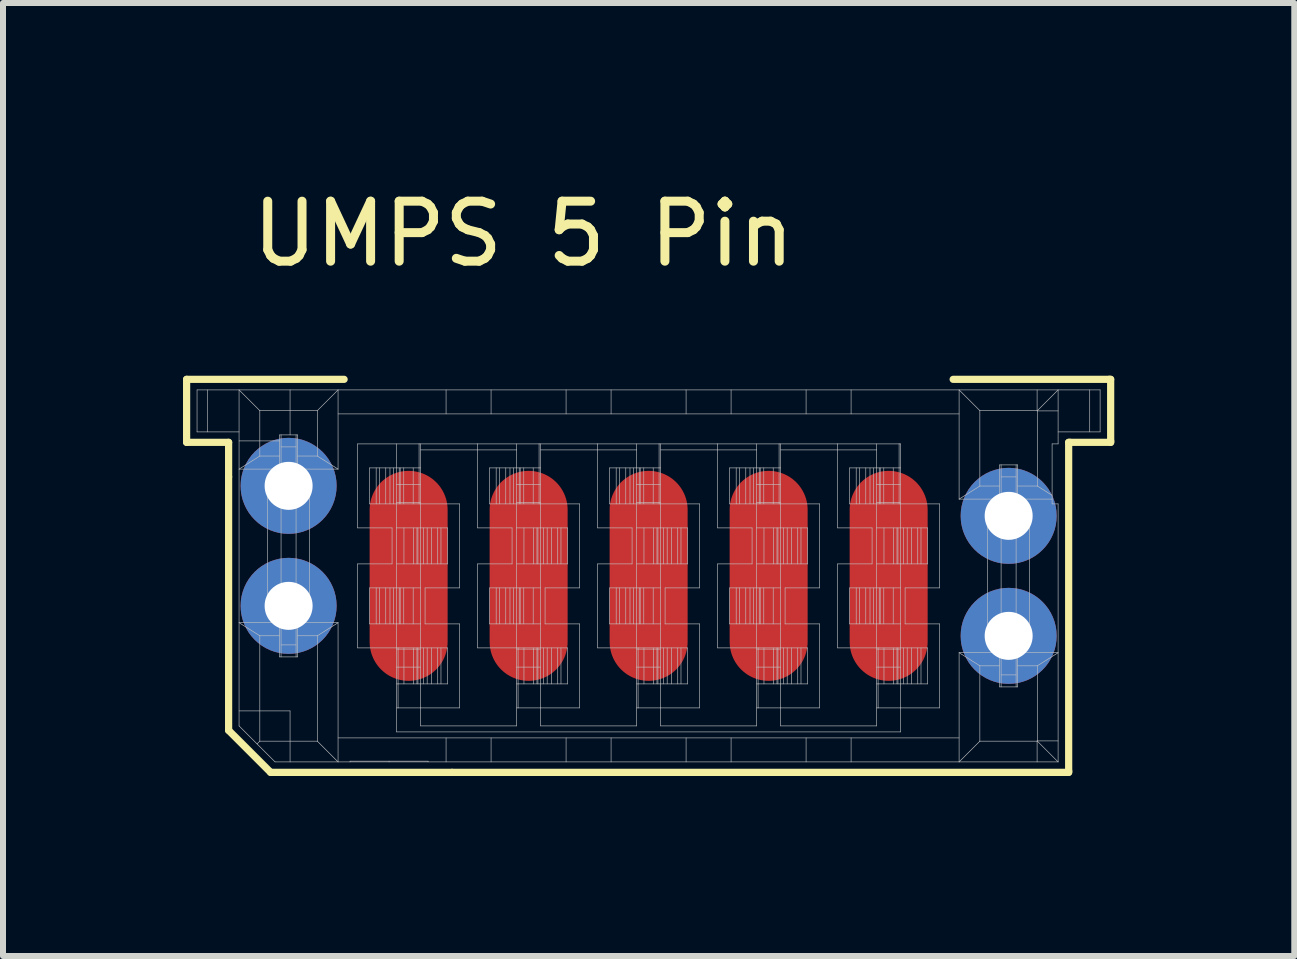
<source format=kicad_pcb>
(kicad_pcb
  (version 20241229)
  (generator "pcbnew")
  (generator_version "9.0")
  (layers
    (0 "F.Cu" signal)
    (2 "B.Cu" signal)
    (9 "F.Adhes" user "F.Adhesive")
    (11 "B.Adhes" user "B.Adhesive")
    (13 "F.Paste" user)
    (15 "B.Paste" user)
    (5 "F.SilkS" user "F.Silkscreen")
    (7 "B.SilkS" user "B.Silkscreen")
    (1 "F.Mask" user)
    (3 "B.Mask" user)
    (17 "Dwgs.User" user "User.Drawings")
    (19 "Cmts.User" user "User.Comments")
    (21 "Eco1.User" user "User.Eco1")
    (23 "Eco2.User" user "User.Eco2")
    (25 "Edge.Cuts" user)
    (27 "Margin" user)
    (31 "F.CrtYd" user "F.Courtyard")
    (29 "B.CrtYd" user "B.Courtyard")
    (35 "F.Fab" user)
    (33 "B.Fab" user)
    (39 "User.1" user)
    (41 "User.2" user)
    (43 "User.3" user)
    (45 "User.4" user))
  (footprint "UMPS 5 Pin"
    (layer "F.Cu")
    (at 7.774 6.548)
    (property "Reference" "UMPS 5 Pin" (at -2.1 -5.7 0) (layer "F.SilkS") (effects (font (size 1 1) (thickness 0.15))))
    (attr through_hole)
    (fp_line (start -7.714 -3.276) (end -5.089 -3.276) (stroke (width 0.12) (type solid)) (layer "F.SilkS"))
    (fp_line (start -7.714 -2.226) (end -7.714 -3.276) (stroke (width 0.12) (type solid)) (layer "F.SilkS"))
    (fp_line (start -7.014 -2.226) (end -7.714 -2.226) (stroke (width 0.12) (type solid)) (layer "F.SilkS"))
    (fp_line (start -7.014 -1.651) (end -7.014 -2.226) (stroke (width 0.12) (type solid)) (layer "F.SilkS"))
    (fp_line (start -7.014 -1.651) (end -7.014 2.574) (stroke (width 0.12) (type solid)) (layer "F.SilkS"))
    (fp_line (start -7.014 2.574) (end -6.314 3.274) (stroke (width 0.12) (type solid)) (layer "F.SilkS"))
    (fp_line (start -6.314 3.274) (end -3.289 3.274) (stroke (width 0.12) (type solid)) (layer "F.SilkS"))
    (fp_line (start 6.986 -2.226) (end 6.986 3.249) (stroke (width 0.12) (type solid)) (layer "F.SilkS"))
    (fp_line (start 6.986 3.249) (end 6.986 3.274) (stroke (width 0.12) (type solid)) (layer "F.SilkS"))
    (fp_line (start 6.986 3.274) (end -3.289 3.274) (stroke (width 0.12) (type solid)) (layer "F.SilkS"))
    (fp_line (start 7.011 -2.226) (end 6.986 -2.226) (stroke (width 0.12) (type solid)) (layer "F.SilkS"))
    (fp_line (start 7.661 -3.276) (end 5.061 -3.276) (stroke (width 0.12) (type solid)) (layer "F.SilkS"))
    (fp_line (start 7.661 -3.276) (end 7.686 -3.276) (stroke (width 0.12) (type solid)) (layer "F.SilkS"))
    (fp_line (start 7.686 -3.276) (end 7.686 -2.251) (stroke (width 0.12) (type solid)) (layer "F.SilkS"))
    (fp_line (start 7.686 -2.251) (end 7.686 -2.226) (stroke (width 0.12) (type solid)) (layer "F.SilkS"))
    (fp_line (start 7.686 -2.226) (end 7.011 -2.226) (stroke (width 0.12) (type solid)) (layer "F.SilkS"))
    (fp_line (start -7.54 -3.1) (end -7.54 -2.4) (stroke (width 0.01) (type solid)) (layer "Dwgs.User"))
    (fp_line (start -7.54 -3.1) (end 7.51 -3.1) (stroke (width 0.01) (type solid)) (layer "Dwgs.User"))
    (fp_line (start -7.54 -2.4) (end -6.84 -2.4) (stroke (width 0.01) (type solid)) (layer "Dwgs.User"))
    (fp_line (start -7.367 -2.4) (end -7.367 -3.1) (stroke (width 0.01) (type solid)) (layer "Dwgs.User"))
    (fp_line (start -6.84 -3.1) (end -6.84 2.5) (stroke (width 0.01) (type solid)) (layer "Dwgs.User"))
    (fp_line (start -6.84 -3.1) (end -6.494 -2.754) (stroke (width 0.01) (type solid)) (layer "Dwgs.User"))
    (fp_line (start -6.84 -1.78) (end -6.165 -1.78) (stroke (width 0.01) (type solid)) (layer "Dwgs.User"))
    (fp_line (start -6.84 0.78) (end -6.494 0.998) (stroke (width 0.01) (type solid)) (layer "Dwgs.User"))
    (fp_line (start -6.84 0.78) (end -6.165 0.78) (stroke (width 0.01) (type solid)) (layer "Dwgs.User"))
    (fp_line (start -6.84 2.25) (end -5.99 2.25) (stroke (width 0.01) (type solid)) (layer "Dwgs.User"))
    (fp_line (start -6.84 2.5) (end -6.24 3.1) (stroke (width 0.01) (type solid)) (layer "Dwgs.User"))
    (fp_line (start -6.494 -2.754) (end -5.536 -2.754) (stroke (width 0.01) (type solid)) (layer "Dwgs.User"))
    (fp_line (start -6.494 -1.998) (end -6.84 -1.78) (stroke (width 0.01) (type solid)) (layer "Dwgs.User"))
    (fp_line (start -6.494 -1.998) (end -6.494 -2.754) (stroke (width 0.01) (type solid)) (layer "Dwgs.User"))
    (fp_line (start -6.494 -1.998) (end -6.165 -1.998) (stroke (width 0.01) (type solid)) (layer "Dwgs.User"))
    (fp_line (start -6.494 0.998) (end -6.165 0.998) (stroke (width 0.01) (type solid)) (layer "Dwgs.User"))
    (fp_line (start -6.494 2.754) (end -6.54 2.8) (stroke (width 0.01) (type solid)) (layer "Dwgs.User"))
    (fp_line (start -6.494 2.754) (end -6.494 0.998) (stroke (width 0.01) (type solid)) (layer "Dwgs.User"))
    (fp_line (start -6.494 2.754) (end -5.536 2.754) (stroke (width 0.01) (type solid)) (layer "Dwgs.User"))
    (fp_line (start -6.365 -1.5) (end -6.165 -1.5) (stroke (width 0.01) (type solid)) (layer "Dwgs.User"))
    (fp_line (start -6.365 0.5) (end -6.365 -1.5) (stroke (width 0.01) (type solid)) (layer "Dwgs.User"))
    (fp_line (start -6.165 -2.35) (end -6.165 -1.5) (stroke (width 0.01) (type solid)) (layer "Dwgs.User"))
    (fp_line (start -6.165 -2.25) (end -6.84 -2.25) (stroke (width 0.01) (type solid)) (layer "Dwgs.User"))
    (fp_line (start -6.165 0.5) (end -6.365 0.5) (stroke (width 0.01) (type solid)) (layer "Dwgs.User"))
    (fp_line (start -6.165 0.5) (end -6.165 1.35) (stroke (width 0.01) (type solid)) (layer "Dwgs.User"))
    (fp_line (start -6.165 1.35) (end -5.865 1.35) (stroke (width 0.01) (type solid)) (layer "Dwgs.User"))
    (fp_line (start -6.14 -2.35) (end -6.14 1.35) (stroke (width 0.01) (type solid)) (layer "Dwgs.User"))
    (fp_line (start -6.14 -1.756) (end -5.89 -1.756) (stroke (width 0.01) (type solid)) (layer "Dwgs.User"))
    (fp_line (start -6.14 0.243) (end -5.89 0.243) (stroke (width 0.01) (type solid)) (layer "Dwgs.User"))
    (fp_line (start -5.99 2.25) (end -5.99 3.1) (stroke (width 0.01) (type solid)) (layer "Dwgs.User"))
    (fp_line (start -5.99 -3.1) (end -5.99 -2.35) (stroke (width 0.01) (type solid)) (layer "Dwgs.User"))
    (fp_line (start -5.89 -2.35) (end -5.89 1.35) (stroke (width 0.01) (type solid)) (layer "Dwgs.User"))
    (fp_line (start -5.89 -2.15) (end -6.14 -2.15) (stroke (width 0.01) (type solid)) (layer "Dwgs.User"))
    (fp_line (start -5.89 -1.82) (end -6.14 -1.82) (stroke (width 0.01) (type solid)) (layer "Dwgs.User"))
    (fp_line (start -5.89 -1.57) (end -6.14 -1.57) (stroke (width 0.01) (type solid)) (layer "Dwgs.User"))
    (fp_line (start -5.89 -1.43) (end -6.14 -1.43) (stroke (width 0.01) (type solid)) (layer "Dwgs.User"))
    (fp_line (start -5.89 -1.35) (end -6.14 -1.35) (stroke (width 0.01) (type solid)) (layer "Dwgs.User"))
    (fp_line (start -5.89 -1.244) (end -6.14 -1.244) (stroke (width 0.01) (type solid)) (layer "Dwgs.User"))
    (fp_line (start -5.89 -1.18) (end -6.14 -1.18) (stroke (width 0.01) (type solid)) (layer "Dwgs.User"))
    (fp_line (start -5.89 0.18) (end -6.14 0.18) (stroke (width 0.01) (type solid)) (layer "Dwgs.User"))
    (fp_line (start -5.89 0.35) (end -6.14 0.35) (stroke (width 0.01) (type solid)) (layer "Dwgs.User"))
    (fp_line (start -5.89 0.43) (end -6.14 0.43) (stroke (width 0.01) (type solid)) (layer "Dwgs.User"))
    (fp_line (start -5.89 0.57) (end -6.14 0.57) (stroke (width 0.01) (type solid)) (layer "Dwgs.User"))
    (fp_line (start -5.89 0.756) (end -6.14 0.756) (stroke (width 0.01) (type solid)) (layer "Dwgs.User"))
    (fp_line (start -5.89 0.82) (end -6.14 0.82) (stroke (width 0.01) (type solid)) (layer "Dwgs.User"))
    (fp_line (start -5.89 1.15) (end -6.14 1.15) (stroke (width 0.01) (type solid)) (layer "Dwgs.User"))
    (fp_line (start -5.865 -2.35) (end -6.165 -2.35) (stroke (width 0.01) (type solid)) (layer "Dwgs.User"))
    (fp_line (start -5.865 -1.998) (end -5.536 -1.998) (stroke (width 0.01) (type solid)) (layer "Dwgs.User"))
    (fp_line (start -5.865 -1.78) (end -5.19 -1.78) (stroke (width 0.01) (type solid)) (layer "Dwgs.User"))
    (fp_line (start -5.865 -1.5) (end -5.865 -2.35) (stroke (width 0.01) (type solid)) (layer "Dwgs.User"))
    (fp_line (start -5.865 -1.5) (end -5.665 -1.5) (stroke (width 0.01) (type solid)) (layer "Dwgs.User"))
    (fp_line (start -5.865 0.78) (end -5.19 0.78) (stroke (width 0.01) (type solid)) (layer "Dwgs.User"))
    (fp_line (start -5.865 0.998) (end -5.536 0.998) (stroke (width 0.01) (type solid)) (layer "Dwgs.User"))
    (fp_line (start -5.865 1.35) (end -5.865 0.5) (stroke (width 0.01) (type solid)) (layer "Dwgs.User"))
    (fp_line (start -5.665 -1.5) (end -5.665 0.5) (stroke (width 0.01) (type solid)) (layer "Dwgs.User"))
    (fp_line (start -5.665 0.5) (end -5.865 0.5) (stroke (width 0.01) (type solid)) (layer "Dwgs.User"))
    (fp_line (start -5.536 -2.754) (end -5.19 -3.1) (stroke (width 0.01) (type solid)) (layer "Dwgs.User"))
    (fp_line (start -5.536 -1.998) (end -5.536 -2.754) (stroke (width 0.01) (type solid)) (layer "Dwgs.User"))
    (fp_line (start -5.536 0.998) (end -5.19 0.78) (stroke (width 0.01) (type solid)) (layer "Dwgs.User"))
    (fp_line (start -5.536 2.754) (end -5.536 0.998) (stroke (width 0.01) (type solid)) (layer "Dwgs.User"))
    (fp_line (start -5.19 -1.78) (end -5.536 -1.998) (stroke (width 0.01) (type solid)) (layer "Dwgs.User"))
    (fp_line (start -5.19 -1.78) (end -5.19 -3.1) (stroke (width 0.01) (type solid)) (layer "Dwgs.User"))
    (fp_line (start -5.19 2.7) (end 5.16 2.7) (stroke (width 0.01) (type solid)) (layer "Dwgs.User"))
    (fp_line (start -5.19 3.1) (end -5.536 2.754) (stroke (width 0.01) (type solid)) (layer "Dwgs.User"))
    (fp_line (start -5.19 3.1) (end -5.19 0.78) (stroke (width 0.01) (type solid)) (layer "Dwgs.User"))
    (fp_line (start -4.99 3.087) (end -4.99 3.1) (stroke (width 0.01) (type solid)) (layer "Dwgs.User"))
    (fp_line (start -4.865 -2.2) (end -4.865 -0.8) (stroke (width 0.01) (type solid)) (layer "Dwgs.User"))
    (fp_line (start -4.865 -0.8) (end -4.29 -0.8) (stroke (width 0.01) (type solid)) (layer "Dwgs.User"))
    (fp_line (start -4.865 -0.2) (end -4.865 1.2) (stroke (width 0.01) (type solid)) (layer "Dwgs.User"))
    (fp_line (start -4.865 1.2) (end -4.19 1.2) (stroke (width 0.01) (type solid)) (layer "Dwgs.User"))
    (fp_line (start -4.665 -1.8) (end -3.84 -1.8) (stroke (width 0.01) (type solid)) (layer "Dwgs.User"))
    (fp_line (start -4.665 -1.2) (end -4.665 -1.8) (stroke (width 0.01) (type solid)) (layer "Dwgs.User"))
    (fp_line (start -4.665 0.2) (end -3.815 0.2) (stroke (width 0.01) (type solid)) (layer "Dwgs.User"))
    (fp_line (start -4.665 0.8) (end -4.665 0.2) (stroke (width 0.01) (type solid)) (layer "Dwgs.User"))
    (fp_line (start -4.555 -1.2) (end -4.555 -1.8) (stroke (width 0.01) (type solid)) (layer "Dwgs.User"))
    (fp_line (start -4.555 0.8) (end -4.555 0.2) (stroke (width 0.01) (type solid)) (layer "Dwgs.User"))
    (fp_line (start -4.501 -1.2) (end -4.501 -1.8) (stroke (width 0.01) (type solid)) (layer "Dwgs.User"))
    (fp_line (start -4.501 0.8) (end -4.501 0.2) (stroke (width 0.01) (type solid)) (layer "Dwgs.User"))
    (fp_line (start -4.395 -1.2) (end -4.395 -1.8) (stroke (width 0.01) (type solid)) (layer "Dwgs.User"))
    (fp_line (start -4.395 0.8) (end -4.395 0.2) (stroke (width 0.01) (type solid)) (layer "Dwgs.User"))
    (fp_line (start -4.34 3.087) (end -4.34 3.1) (stroke (width 0.01) (type solid)) (layer "Dwgs.User"))
    (fp_line (start -4.325 -1.2) (end -4.325 -1.8) (stroke (width 0.01) (type solid)) (layer "Dwgs.User"))
    (fp_line (start -4.325 0.8) (end -4.325 0.2) (stroke (width 0.01) (type solid)) (layer "Dwgs.User"))
    (fp_line (start -4.29 -0.8) (end -4.29 -0.2) (stroke (width 0.01) (type solid)) (layer "Dwgs.User"))
    (fp_line (start -4.29 -0.2) (end -4.865 -0.2) (stroke (width 0.01) (type solid)) (layer "Dwgs.User"))
    (fp_line (start -4.265 -1.2) (end -4.265 -1.8) (stroke (width 0.01) (type solid)) (layer "Dwgs.User"))
    (fp_line (start -4.265 0.8) (end -4.265 0.2) (stroke (width 0.01) (type solid)) (layer "Dwgs.User"))
    (fp_line (start -4.215 -2.2) (end -4.215 -1.8) (stroke (width 0.01) (type solid)) (layer "Dwgs.User"))
    (fp_line (start -4.215 -1.2) (end -4.215 -1.8) (stroke (width 0.01) (type solid)) (layer "Dwgs.User"))
    (fp_line (start -4.215 -1.2) (end -4.215 -0.8) (stroke (width 0.01) (type solid)) (layer "Dwgs.User"))
    (fp_line (start -4.215 -0.8) (end -4.215 0.2) (stroke (width 0.01) (type solid)) (layer "Dwgs.User"))
    (fp_line (start -4.215 0.8) (end -4.215 0.2) (stroke (width 0.01) (type solid)) (layer "Dwgs.User"))
    (fp_line (start -4.215 0.8) (end -4.215 1.2) (stroke (width 0.01) (type solid)) (layer "Dwgs.User"))
    (fp_line (start -4.215 1.2) (end -4.215 2.6) (stroke (width 0.01) (type solid)) (layer "Dwgs.User"))
    (fp_line (start -4.19 1.2) (end -4.19 2.2) (stroke (width 0.01) (type solid)) (layer "Dwgs.User"))
    (fp_line (start -4.19 1.2) (end -3.365 1.2) (stroke (width 0.01) (type solid)) (layer "Dwgs.User"))
    (fp_line (start -4.19 1.8) (end -4.215 1.8) (stroke (width 0.01) (type solid)) (layer "Dwgs.User"))
    (fp_line (start -4.19 2.2) (end -4.215 2.2) (stroke (width 0.01) (type solid)) (layer "Dwgs.User"))
    (fp_line (start -4.19 2.2) (end -3.165 2.2) (stroke (width 0.01) (type solid)) (layer "Dwgs.User"))
    (fp_line (start -4.171 -1.2) (end -4.171 -1.8) (stroke (width 0.01) (type solid)) (layer "Dwgs.User"))
    (fp_line (start -4.171 0.8) (end -4.171 0.2) (stroke (width 0.01) (type solid)) (layer "Dwgs.User"))
    (fp_line (start -4.155 -1.2) (end -4.155 -1.8) (stroke (width 0.01) (type solid)) (layer "Dwgs.User"))
    (fp_line (start -4.155 0.8) (end -4.155 0.2) (stroke (width 0.01) (type solid)) (layer "Dwgs.User"))
    (fp_line (start -4.095 -1.2) (end -4.095 -1.8) (stroke (width 0.01) (type solid)) (layer "Dwgs.User"))
    (fp_line (start -4.095 0.8) (end -4.095 0.2) (stroke (width 0.01) (type solid)) (layer "Dwgs.User"))
    (fp_line (start -4.092 -0.2) (end -4.092 -0.8) (stroke (width 0.01) (type solid)) (layer "Dwgs.User"))
    (fp_line (start -4.092 1.8) (end -4.092 1.2) (stroke (width 0.01) (type solid)) (layer "Dwgs.User"))
    (fp_line (start -3.938 -1.2) (end -3.938 -1.8) (stroke (width 0.01) (type solid)) (layer "Dwgs.User"))
    (fp_line (start -3.938 0.8) (end -3.938 0.2) (stroke (width 0.01) (type solid)) (layer "Dwgs.User"))
    (fp_line (start -3.935 -0.8) (end -3.935 -0.2) (stroke (width 0.01) (type solid)) (layer "Dwgs.User"))
    (fp_line (start -3.935 1.2) (end -3.935 1.8) (stroke (width 0.01) (type solid)) (layer "Dwgs.User"))
    (fp_line (start -3.875 -0.2) (end -3.875 -0.8) (stroke (width 0.01) (type solid)) (layer "Dwgs.User"))
    (fp_line (start -3.875 1.8) (end -3.875 1.2) (stroke (width 0.01) (type solid)) (layer "Dwgs.User"))
    (fp_line (start -3.859 -0.2) (end -3.859 -0.8) (stroke (width 0.01) (type solid)) (layer "Dwgs.User"))
    (fp_line (start -3.859 1.8) (end -3.859 1.2) (stroke (width 0.01) (type solid)) (layer "Dwgs.User"))
    (fp_line (start -3.84 -2.2) (end -4.865 -2.2) (stroke (width 0.01) (type solid)) (layer "Dwgs.User"))
    (fp_line (start -3.84 -1.8) (end -3.815 -1.8) (stroke (width 0.01) (type solid)) (layer "Dwgs.User"))
    (fp_line (start -3.84 -1.2) (end -4.665 -1.2) (stroke (width 0.01) (type solid)) (layer "Dwgs.User"))
    (fp_line (start -3.84 -1.2) (end -3.84 -2.2) (stroke (width 0.01) (type solid)) (layer "Dwgs.User"))
    (fp_line (start -3.815 -1.2) (end -3.815 -2.2) (stroke (width 0.01) (type solid)) (layer "Dwgs.User"))
    (fp_line (start -3.815 -0.8) (end -3.815 -1.2) (stroke (width 0.01) (type solid)) (layer "Dwgs.User"))
    (fp_line (start -3.815 -0.2) (end -3.815 -0.8) (stroke (width 0.01) (type solid)) (layer "Dwgs.User"))
    (fp_line (start -3.815 0.8) (end -4.665 0.8) (stroke (width 0.01) (type solid)) (layer "Dwgs.User"))
    (fp_line (start -3.815 0.8) (end -3.815 0.2) (stroke (width 0.01) (type solid)) (layer "Dwgs.User"))
    (fp_line (start -3.815 1.8) (end -3.815 1.2) (stroke (width 0.01) (type solid)) (layer "Dwgs.User"))
    (fp_line (start -3.815 2.2) (end -3.815 1.8) (stroke (width 0.01) (type solid)) (layer "Dwgs.User"))
    (fp_line (start -3.815 2.5) (end -3.815 2.2) (stroke (width 0.01) (type solid)) (layer "Dwgs.User"))
    (fp_line (start -3.815 -1.52) (end -4.215 -1.52) (stroke (width 0.01) (type solid)) (layer "Dwgs.User"))
    (fp_line (start -3.815 -1.22) (end -4.215 -1.22) (stroke (width 0.01) (type solid)) (layer "Dwgs.User"))
    (fp_line (start -3.815 0.2) (end -3.815 -0.2) (stroke (width 0.01) (type solid)) (layer "Dwgs.User"))
    (fp_line (start -3.815 1.2) (end -3.815 0.8) (stroke (width 0.01) (type solid)) (layer "Dwgs.User"))
    (fp_line (start -3.815 1.22) (end -4.215 1.22) (stroke (width 0.01) (type solid)) (layer "Dwgs.User"))
    (fp_line (start -3.815 1.52) (end -4.215 1.52) (stroke (width 0.01) (type solid)) (layer "Dwgs.User"))
    (fp_line (start -3.765 -0.2) (end -3.765 -0.8) (stroke (width 0.01) (type solid)) (layer "Dwgs.User"))
    (fp_line (start -3.765 1.8) (end -3.765 1.2) (stroke (width 0.01) (type solid)) (layer "Dwgs.User"))
    (fp_line (start -3.74 0.2) (end -3.165 0.2) (stroke (width 0.01) (type solid)) (layer "Dwgs.User"))
    (fp_line (start -3.74 0.8) (end -3.74 0.2) (stroke (width 0.01) (type solid)) (layer "Dwgs.User"))
    (fp_line (start -3.705 -0.2) (end -3.705 -0.8) (stroke (width 0.01) (type solid)) (layer "Dwgs.User"))
    (fp_line (start -3.705 1.8) (end -3.705 1.2) (stroke (width 0.01) (type solid)) (layer "Dwgs.User"))
    (fp_line (start -3.69 3.087) (end -4.99 3.087) (stroke (width 0.01) (type solid)) (layer "Dwgs.User"))
    (fp_line (start -3.69 3.1) (end -3.69 3.087) (stroke (width 0.01) (type solid)) (layer "Dwgs.User"))
    (fp_line (start -3.635 -0.2) (end -3.635 -0.8) (stroke (width 0.01) (type solid)) (layer "Dwgs.User"))
    (fp_line (start -3.635 1.8) (end -3.635 1.2) (stroke (width 0.01) (type solid)) (layer "Dwgs.User"))
    (fp_line (start -3.529 -0.2) (end -3.529 -0.8) (stroke (width 0.01) (type solid)) (layer "Dwgs.User"))
    (fp_line (start -3.529 1.8) (end -3.529 1.2) (stroke (width 0.01) (type solid)) (layer "Dwgs.User"))
    (fp_line (start -3.475 -0.2) (end -3.475 -0.8) (stroke (width 0.01) (type solid)) (layer "Dwgs.User"))
    (fp_line (start -3.475 1.8) (end -3.475 1.2) (stroke (width 0.01) (type solid)) (layer "Dwgs.User"))
    (fp_line (start -3.39 -2.7) (end -3.39 -3.1) (stroke (width 0.01) (type solid)) (layer "Dwgs.User"))
    (fp_line (start -3.39 3.1) (end -3.39 2.7) (stroke (width 0.01) (type solid)) (layer "Dwgs.User"))
    (fp_line (start -3.365 -0.8) (end -4.215 -0.8) (stroke (width 0.01) (type solid)) (layer "Dwgs.User"))
    (fp_line (start -3.365 -0.2) (end -4.215 -0.2) (stroke (width 0.01) (type solid)) (layer "Dwgs.User"))
    (fp_line (start -3.365 -0.2) (end -3.365 -0.8) (stroke (width 0.01) (type solid)) (layer "Dwgs.User"))
    (fp_line (start -3.365 1.8) (end -4.19 1.8) (stroke (width 0.01) (type solid)) (layer "Dwgs.User"))
    (fp_line (start -3.365 1.8) (end -3.365 1.2) (stroke (width 0.01) (type solid)) (layer "Dwgs.User"))
    (fp_line (start -3.165 -1.2) (end -3.84 -1.2) (stroke (width 0.01) (type solid)) (layer "Dwgs.User"))
    (fp_line (start -3.165 0.2) (end -3.165 -1.2) (stroke (width 0.01) (type solid)) (layer "Dwgs.User"))
    (fp_line (start -3.165 0.8) (end -3.74 0.8) (stroke (width 0.01) (type solid)) (layer "Dwgs.User"))
    (fp_line (start -3.165 2.2) (end -3.165 0.8) (stroke (width 0.01) (type solid)) (layer "Dwgs.User"))
    (fp_line (start -2.865 -2.2) (end -3.84 -2.2) (stroke (width 0.01) (type solid)) (layer "Dwgs.User"))
    (fp_line (start -2.865 -2.2) (end -2.865 -0.8) (stroke (width 0.01) (type solid)) (layer "Dwgs.User"))
    (fp_line (start -2.865 -2.1) (end -3.815 -2.1) (stroke (width 0.01) (type solid)) (layer "Dwgs.User"))
    (fp_line (start -2.865 -0.8) (end -2.29 -0.8) (stroke (width 0.01) (type solid)) (layer "Dwgs.User"))
    (fp_line (start -2.865 -0.2) (end -2.865 1.2) (stroke (width 0.01) (type solid)) (layer "Dwgs.User"))
    (fp_line (start -2.865 1.2) (end -2.19 1.2) (stroke (width 0.01) (type solid)) (layer "Dwgs.User"))
    (fp_line (start -2.665 -1.8) (end -1.84 -1.8) (stroke (width 0.01) (type solid)) (layer "Dwgs.User"))
    (fp_line (start -2.665 -1.2) (end -2.665 -1.8) (stroke (width 0.01) (type solid)) (layer "Dwgs.User"))
    (fp_line (start -2.665 0.2) (end -1.815 0.2) (stroke (width 0.01) (type solid)) (layer "Dwgs.User"))
    (fp_line (start -2.665 0.8) (end -2.665 0.2) (stroke (width 0.01) (type solid)) (layer "Dwgs.User"))
    (fp_line (start -2.64 -3.1) (end -2.64 -2.7) (stroke (width 0.01) (type solid)) (layer "Dwgs.User"))
    (fp_line (start -2.64 2.7) (end -2.64 3.1) (stroke (width 0.01) (type solid)) (layer "Dwgs.User"))
    (fp_line (start -2.555 -1.2) (end -2.555 -1.8) (stroke (width 0.01) (type solid)) (layer "Dwgs.User"))
    (fp_line (start -2.555 0.8) (end -2.555 0.2) (stroke (width 0.01) (type solid)) (layer "Dwgs.User"))
    (fp_line (start -2.501 -1.2) (end -2.501 -1.8) (stroke (width 0.01) (type solid)) (layer "Dwgs.User"))
    (fp_line (start -2.501 0.8) (end -2.501 0.2) (stroke (width 0.01) (type solid)) (layer "Dwgs.User"))
    (fp_line (start -2.395 -1.2) (end -2.395 -1.8) (stroke (width 0.01) (type solid)) (layer "Dwgs.User"))
    (fp_line (start -2.395 0.8) (end -2.395 0.2) (stroke (width 0.01) (type solid)) (layer "Dwgs.User"))
    (fp_line (start -2.325 -1.2) (end -2.325 -1.8) (stroke (width 0.01) (type solid)) (layer "Dwgs.User"))
    (fp_line (start -2.325 0.8) (end -2.325 0.2) (stroke (width 0.01) (type solid)) (layer "Dwgs.User"))
    (fp_line (start -2.29 -0.8) (end -2.29 -0.2) (stroke (width 0.01) (type solid)) (layer "Dwgs.User"))
    (fp_line (start -2.29 -0.2) (end -2.865 -0.2) (stroke (width 0.01) (type solid)) (layer "Dwgs.User"))
    (fp_line (start -2.265 -1.2) (end -2.265 -1.8) (stroke (width 0.01) (type solid)) (layer "Dwgs.User"))
    (fp_line (start -2.265 0.8) (end -2.265 0.2) (stroke (width 0.01) (type solid)) (layer "Dwgs.User"))
    (fp_line (start -2.215 -2.2) (end -2.215 -2.1) (stroke (width 0.01) (type solid)) (layer "Dwgs.User"))
    (fp_line (start -2.215 -2.1) (end -2.865 -2.1) (stroke (width 0.01) (type solid)) (layer "Dwgs.User"))
    (fp_line (start -2.215 -2.1) (end -2.215 -1.8) (stroke (width 0.01) (type solid)) (layer "Dwgs.User"))
    (fp_line (start -2.215 -1.2) (end -2.215 -1.8) (stroke (width 0.01) (type solid)) (layer "Dwgs.User"))
    (fp_line (start -2.215 -1.2) (end -2.215 -0.8) (stroke (width 0.01) (type solid)) (layer "Dwgs.User"))
    (fp_line (start -2.215 -0.8) (end -2.215 0.2) (stroke (width 0.01) (type solid)) (layer "Dwgs.User"))
    (fp_line (start -2.215 0.8) (end -2.215 0.2) (stroke (width 0.01) (type solid)) (layer "Dwgs.User"))
    (fp_line (start -2.215 0.8) (end -2.215 1.2) (stroke (width 0.01) (type solid)) (layer "Dwgs.User"))
    (fp_line (start -2.215 1.2) (end -2.215 2.5) (stroke (width 0.01) (type solid)) (layer "Dwgs.User"))
    (fp_line (start -2.215 2.5) (end -3.815 2.5) (stroke (width 0.01) (type solid)) (layer "Dwgs.User"))
    (fp_line (start -2.19 1.2) (end -2.19 2.2) (stroke (width 0.01) (type solid)) (layer "Dwgs.User"))
    (fp_line (start -2.19 1.2) (end -1.365 1.2) (stroke (width 0.01) (type solid)) (layer "Dwgs.User"))
    (fp_line (start -2.19 1.8) (end -2.215 1.8) (stroke (width 0.01) (type solid)) (layer "Dwgs.User"))
    (fp_line (start -2.19 2.2) (end -2.215 2.2) (stroke (width 0.01) (type solid)) (layer "Dwgs.User"))
    (fp_line (start -2.19 2.2) (end -1.165 2.2) (stroke (width 0.01) (type solid)) (layer "Dwgs.User"))
    (fp_line (start -2.171 -1.2) (end -2.171 -1.8) (stroke (width 0.01) (type solid)) (layer "Dwgs.User"))
    (fp_line (start -2.171 0.8) (end -2.171 0.2) (stroke (width 0.01) (type solid)) (layer "Dwgs.User"))
    (fp_line (start -2.155 -1.2) (end -2.155 -1.8) (stroke (width 0.01) (type solid)) (layer "Dwgs.User"))
    (fp_line (start -2.155 0.8) (end -2.155 0.2) (stroke (width 0.01) (type solid)) (layer "Dwgs.User"))
    (fp_line (start -2.095 -1.2) (end -2.095 -1.8) (stroke (width 0.01) (type solid)) (layer "Dwgs.User"))
    (fp_line (start -2.095 0.8) (end -2.095 0.2) (stroke (width 0.01) (type solid)) (layer "Dwgs.User"))
    (fp_line (start -2.092 -0.2) (end -2.092 -0.8) (stroke (width 0.01) (type solid)) (layer "Dwgs.User"))
    (fp_line (start -2.092 1.8) (end -2.092 1.2) (stroke (width 0.01) (type solid)) (layer "Dwgs.User"))
    (fp_line (start -1.938 -1.2) (end -1.938 -1.8) (stroke (width 0.01) (type solid)) (layer "Dwgs.User"))
    (fp_line (start -1.938 0.8) (end -1.938 0.2) (stroke (width 0.01) (type solid)) (layer "Dwgs.User"))
    (fp_line (start -1.935 -0.8) (end -1.935 -0.2) (stroke (width 0.01) (type solid)) (layer "Dwgs.User"))
    (fp_line (start -1.935 1.2) (end -1.935 1.8) (stroke (width 0.01) (type solid)) (layer "Dwgs.User"))
    (fp_line (start -1.875 -0.2) (end -1.875 -0.8) (stroke (width 0.01) (type solid)) (layer "Dwgs.User"))
    (fp_line (start -1.875 1.8) (end -1.875 1.2) (stroke (width 0.01) (type solid)) (layer "Dwgs.User"))
    (fp_line (start -1.859 -0.2) (end -1.859 -0.8) (stroke (width 0.01) (type solid)) (layer "Dwgs.User"))
    (fp_line (start -1.859 1.8) (end -1.859 1.2) (stroke (width 0.01) (type solid)) (layer "Dwgs.User"))
    (fp_line (start -1.84 -2.2) (end -2.865 -2.2) (stroke (width 0.01) (type solid)) (layer "Dwgs.User"))
    (fp_line (start -1.84 -1.8) (end -1.815 -1.8) (stroke (width 0.01) (type solid)) (layer "Dwgs.User"))
    (fp_line (start -1.84 -1.2) (end -2.665 -1.2) (stroke (width 0.01) (type solid)) (layer "Dwgs.User"))
    (fp_line (start -1.84 -1.2) (end -1.84 -2.2) (stroke (width 0.01) (type solid)) (layer "Dwgs.User"))
    (fp_line (start -1.815 -1.52) (end -2.215 -1.52) (stroke (width 0.01) (type solid)) (layer "Dwgs.User"))
    (fp_line (start -1.815 -1.22) (end -2.215 -1.22) (stroke (width 0.01) (type solid)) (layer "Dwgs.User"))
    (fp_line (start -1.815 -1.2) (end -1.815 -2.2) (stroke (width 0.01) (type solid)) (layer "Dwgs.User"))
    (fp_line (start -1.815 -0.8) (end -1.815 -1.2) (stroke (width 0.01) (type solid)) (layer "Dwgs.User"))
    (fp_line (start -1.815 -0.2) (end -1.815 -0.8) (stroke (width 0.01) (type solid)) (layer "Dwgs.User"))
    (fp_line (start -1.815 0.2) (end -1.815 -0.2) (stroke (width 0.01) (type solid)) (layer "Dwgs.User"))
    (fp_line (start -1.815 0.8) (end -2.665 0.8) (stroke (width 0.01) (type solid)) (layer "Dwgs.User"))
    (fp_line (start -1.815 0.8) (end -1.815 0.2) (stroke (width 0.01) (type solid)) (layer "Dwgs.User"))
    (fp_line (start -1.815 1.2) (end -1.815 0.8) (stroke (width 0.01) (type solid)) (layer "Dwgs.User"))
    (fp_line (start -1.815 1.22) (end -2.215 1.22) (stroke (width 0.01) (type solid)) (layer "Dwgs.User"))
    (fp_line (start -1.815 1.52) (end -2.215 1.52) (stroke (width 0.01) (type solid)) (layer "Dwgs.User"))
    (fp_line (start -1.815 1.8) (end -1.815 1.2) (stroke (width 0.01) (type solid)) (layer "Dwgs.User"))
    (fp_line (start -1.815 2.2) (end -1.815 1.8) (stroke (width 0.01) (type solid)) (layer "Dwgs.User"))
    (fp_line (start -1.815 2.5) (end -1.815 2.2) (stroke (width 0.01) (type solid)) (layer "Dwgs.User"))
    (fp_line (start -1.765 -0.2) (end -1.765 -0.8) (stroke (width 0.01) (type solid)) (layer "Dwgs.User"))
    (fp_line (start -1.765 1.8) (end -1.765 1.2) (stroke (width 0.01) (type solid)) (layer "Dwgs.User"))
    (fp_line (start -1.74 0.2) (end -1.165 0.2) (stroke (width 0.01) (type solid)) (layer "Dwgs.User"))
    (fp_line (start -1.74 0.8) (end -1.74 0.2) (stroke (width 0.01) (type solid)) (layer "Dwgs.User"))
    (fp_line (start -1.705 -0.2) (end -1.705 -0.8) (stroke (width 0.01) (type solid)) (layer "Dwgs.User"))
    (fp_line (start -1.705 1.8) (end -1.705 1.2) (stroke (width 0.01) (type solid)) (layer "Dwgs.User"))
    (fp_line (start -1.635 -0.2) (end -1.635 -0.8) (stroke (width 0.01) (type solid)) (layer "Dwgs.User"))
    (fp_line (start -1.635 1.8) (end -1.635 1.2) (stroke (width 0.01) (type solid)) (layer "Dwgs.User"))
    (fp_line (start -1.529 -0.2) (end -1.529 -0.8) (stroke (width 0.01) (type solid)) (layer "Dwgs.User"))
    (fp_line (start -1.529 1.8) (end -1.529 1.2) (stroke (width 0.01) (type solid)) (layer "Dwgs.User"))
    (fp_line (start -1.475 -0.2) (end -1.475 -0.8) (stroke (width 0.01) (type solid)) (layer "Dwgs.User"))
    (fp_line (start -1.475 1.8) (end -1.475 1.2) (stroke (width 0.01) (type solid)) (layer "Dwgs.User"))
    (fp_line (start -1.39 -2.7) (end -1.39 -3.1) (stroke (width 0.01) (type solid)) (layer "Dwgs.User"))
    (fp_line (start -1.39 3.1) (end -1.39 2.7) (stroke (width 0.01) (type solid)) (layer "Dwgs.User"))
    (fp_line (start -1.365 -0.8) (end -2.215 -0.8) (stroke (width 0.01) (type solid)) (layer "Dwgs.User"))
    (fp_line (start -1.365 -0.2) (end -2.215 -0.2) (stroke (width 0.01) (type solid)) (layer "Dwgs.User"))
    (fp_line (start -1.365 -0.2) (end -1.365 -0.8) (stroke (width 0.01) (type solid)) (layer "Dwgs.User"))
    (fp_line (start -1.365 1.8) (end -2.19 1.8) (stroke (width 0.01) (type solid)) (layer "Dwgs.User"))
    (fp_line (start -1.365 1.8) (end -1.365 1.2) (stroke (width 0.01) (type solid)) (layer "Dwgs.User"))
    (fp_line (start -1.165 -1.2) (end -1.84 -1.2) (stroke (width 0.01) (type solid)) (layer "Dwgs.User"))
    (fp_line (start -1.165 0.2) (end -1.165 -1.2) (stroke (width 0.01) (type solid)) (layer "Dwgs.User"))
    (fp_line (start -1.165 0.8) (end -1.74 0.8) (stroke (width 0.01) (type solid)) (layer "Dwgs.User"))
    (fp_line (start -1.165 2.2) (end -1.165 0.8) (stroke (width 0.01) (type solid)) (layer "Dwgs.User"))
    (fp_line (start -0.865 -2.2) (end -1.84 -2.2) (stroke (width 0.01) (type solid)) (layer "Dwgs.User"))
    (fp_line (start -0.865 -2.2) (end -0.865 -0.8) (stroke (width 0.01) (type solid)) (layer "Dwgs.User"))
    (fp_line (start -0.865 -2.1) (end -1.815 -2.1) (stroke (width 0.01) (type solid)) (layer "Dwgs.User"))
    (fp_line (start -0.865 -0.8) (end -0.29 -0.8) (stroke (width 0.01) (type solid)) (layer "Dwgs.User"))
    (fp_line (start -0.865 -0.2) (end -0.865 1.2) (stroke (width 0.01) (type solid)) (layer "Dwgs.User"))
    (fp_line (start -0.865 1.2) (end -0.19 1.2) (stroke (width 0.01) (type solid)) (layer "Dwgs.User"))
    (fp_line (start -0.665 -1.8) (end 0.16 -1.8) (stroke (width 0.01) (type solid)) (layer "Dwgs.User"))
    (fp_line (start -0.665 -1.2) (end -0.665 -1.8) (stroke (width 0.01) (type solid)) (layer "Dwgs.User"))
    (fp_line (start -0.665 0.2) (end 0.185 0.2) (stroke (width 0.01) (type solid)) (layer "Dwgs.User"))
    (fp_line (start -0.665 0.8) (end -0.665 0.2) (stroke (width 0.01) (type solid)) (layer "Dwgs.User"))
    (fp_line (start -0.64 -3.1) (end -0.64 -2.7) (stroke (width 0.01) (type solid)) (layer "Dwgs.User"))
    (fp_line (start -0.64 2.7) (end -0.64 3.1) (stroke (width 0.01) (type solid)) (layer "Dwgs.User"))
    (fp_line (start -0.555 -1.2) (end -0.555 -1.8) (stroke (width 0.01) (type solid)) (layer "Dwgs.User"))
    (fp_line (start -0.555 0.8) (end -0.555 0.2) (stroke (width 0.01) (type solid)) (layer "Dwgs.User"))
    (fp_line (start -0.501 -1.2) (end -0.501 -1.8) (stroke (width 0.01) (type solid)) (layer "Dwgs.User"))
    (fp_line (start -0.501 0.8) (end -0.501 0.2) (stroke (width 0.01) (type solid)) (layer "Dwgs.User"))
    (fp_line (start -0.395 -1.2) (end -0.395 -1.8) (stroke (width 0.01) (type solid)) (layer "Dwgs.User"))
    (fp_line (start -0.395 0.8) (end -0.395 0.2) (stroke (width 0.01) (type solid)) (layer "Dwgs.User"))
    (fp_line (start -0.325 -1.2) (end -0.325 -1.8) (stroke (width 0.01) (type solid)) (layer "Dwgs.User"))
    (fp_line (start -0.325 0.8) (end -0.325 0.2) (stroke (width 0.01) (type solid)) (layer "Dwgs.User"))
    (fp_line (start -0.29 -0.8) (end -0.29 -0.2) (stroke (width 0.01) (type solid)) (layer "Dwgs.User"))
    (fp_line (start -0.29 -0.2) (end -0.865 -0.2) (stroke (width 0.01) (type solid)) (layer "Dwgs.User"))
    (fp_line (start -0.265 -1.2) (end -0.265 -1.8) (stroke (width 0.01) (type solid)) (layer "Dwgs.User"))
    (fp_line (start -0.265 0.8) (end -0.265 0.2) (stroke (width 0.01) (type solid)) (layer "Dwgs.User"))
    (fp_line (start -0.215 -2.2) (end -0.215 -2.1) (stroke (width 0.01) (type solid)) (layer "Dwgs.User"))
    (fp_line (start -0.215 -2.1) (end -0.865 -2.1) (stroke (width 0.01) (type solid)) (layer "Dwgs.User"))
    (fp_line (start -0.215 -2.1) (end -0.215 -1.8) (stroke (width 0.01) (type solid)) (layer "Dwgs.User"))
    (fp_line (start -0.215 -1.2) (end -0.215 -1.8) (stroke (width 0.01) (type solid)) (layer "Dwgs.User"))
    (fp_line (start -0.215 -1.2) (end -0.215 -0.8) (stroke (width 0.01) (type solid)) (layer "Dwgs.User"))
    (fp_line (start -0.215 -0.8) (end -0.215 0.2) (stroke (width 0.01) (type solid)) (layer "Dwgs.User"))
    (fp_line (start -0.215 0.8) (end -0.215 0.2) (stroke (width 0.01) (type solid)) (layer "Dwgs.User"))
    (fp_line (start -0.215 0.8) (end -0.215 1.2) (stroke (width 0.01) (type solid)) (layer "Dwgs.User"))
    (fp_line (start -0.215 1.2) (end -0.215 2.5) (stroke (width 0.01) (type solid)) (layer "Dwgs.User"))
    (fp_line (start -0.215 2.5) (end -1.815 2.5) (stroke (width 0.01) (type solid)) (layer "Dwgs.User"))
    (fp_line (start -0.19 1.2) (end -0.19 2.2) (stroke (width 0.01) (type solid)) (layer "Dwgs.User"))
    (fp_line (start -0.19 1.2) (end 0.635 1.2) (stroke (width 0.01) (type solid)) (layer "Dwgs.User"))
    (fp_line (start -0.19 1.8) (end -0.215 1.8) (stroke (width 0.01) (type solid)) (layer "Dwgs.User"))
    (fp_line (start -0.19 2.2) (end -0.215 2.2) (stroke (width 0.01) (type solid)) (layer "Dwgs.User"))
    (fp_line (start -0.19 2.2) (end 0.835 2.2) (stroke (width 0.01) (type solid)) (layer "Dwgs.User"))
    (fp_line (start -0.171 -1.2) (end -0.171 -1.8) (stroke (width 0.01) (type solid)) (layer "Dwgs.User"))
    (fp_line (start -0.171 0.8) (end -0.171 0.2) (stroke (width 0.01) (type solid)) (layer "Dwgs.User"))
    (fp_line (start -0.155 -1.2) (end -0.155 -1.8) (stroke (width 0.01) (type solid)) (layer "Dwgs.User"))
    (fp_line (start -0.155 0.8) (end -0.155 0.2) (stroke (width 0.01) (type solid)) (layer "Dwgs.User"))
    (fp_line (start -0.095 -1.2) (end -0.095 -1.8) (stroke (width 0.01) (type solid)) (layer "Dwgs.User"))
    (fp_line (start -0.095 0.8) (end -0.095 0.2) (stroke (width 0.01) (type solid)) (layer "Dwgs.User"))
    (fp_line (start -0.092 -0.2) (end -0.092 -0.8) (stroke (width 0.01) (type solid)) (layer "Dwgs.User"))
    (fp_line (start -0.092 1.8) (end -0.092 1.2) (stroke (width 0.01) (type solid)) (layer "Dwgs.User"))
    (fp_line (start 0.062 -1.2) (end 0.062 -1.8) (stroke (width 0.01) (type solid)) (layer "Dwgs.User"))
    (fp_line (start 0.062 0.8) (end 0.062 0.2) (stroke (width 0.01) (type solid)) (layer "Dwgs.User"))
    (fp_line (start 0.065 -0.8) (end 0.065 -0.2) (stroke (width 0.01) (type solid)) (layer "Dwgs.User"))
    (fp_line (start 0.065 1.2) (end 0.065 1.8) (stroke (width 0.01) (type solid)) (layer "Dwgs.User"))
    (fp_line (start 0.125 -0.2) (end 0.125 -0.8) (stroke (width 0.01) (type solid)) (layer "Dwgs.User"))
    (fp_line (start 0.125 1.8) (end 0.125 1.2) (stroke (width 0.01) (type solid)) (layer "Dwgs.User"))
    (fp_line (start 0.141 -0.2) (end 0.141 -0.8) (stroke (width 0.01) (type solid)) (layer "Dwgs.User"))
    (fp_line (start 0.141 1.8) (end 0.141 1.2) (stroke (width 0.01) (type solid)) (layer "Dwgs.User"))
    (fp_line (start 0.16 -2.2) (end -0.865 -2.2) (stroke (width 0.01) (type solid)) (layer "Dwgs.User"))
    (fp_line (start 0.16 -1.8) (end 0.185 -1.8) (stroke (width 0.01) (type solid)) (layer "Dwgs.User"))
    (fp_line (start 0.16 -1.2) (end -0.665 -1.2) (stroke (width 0.01) (type solid)) (layer "Dwgs.User"))
    (fp_line (start 0.16 -1.2) (end 0.16 -2.2) (stroke (width 0.01) (type solid)) (layer "Dwgs.User"))
    (fp_line (start 0.185 -1.52) (end -0.215 -1.52) (stroke (width 0.01) (type solid)) (layer "Dwgs.User"))
    (fp_line (start 0.185 -1.22) (end -0.215 -1.22) (stroke (width 0.01) (type solid)) (layer "Dwgs.User"))
    (fp_line (start 0.185 -1.2) (end 0.185 -2.2) (stroke (width 0.01) (type solid)) (layer "Dwgs.User"))
    (fp_line (start 0.185 -0.8) (end 0.185 -1.2) (stroke (width 0.01) (type solid)) (layer "Dwgs.User"))
    (fp_line (start 0.185 -0.2) (end 0.185 -0.8) (stroke (width 0.01) (type solid)) (layer "Dwgs.User"))
    (fp_line (start 0.185 0.2) (end 0.185 -0.2) (stroke (width 0.01) (type solid)) (layer "Dwgs.User"))
    (fp_line (start 0.185 0.8) (end -0.665 0.8) (stroke (width 0.01) (type solid)) (layer "Dwgs.User"))
    (fp_line (start 0.185 0.8) (end 0.185 0.2) (stroke (width 0.01) (type solid)) (layer "Dwgs.User"))
    (fp_line (start 0.185 1.2) (end 0.185 0.8) (stroke (width 0.01) (type solid)) (layer "Dwgs.User"))
    (fp_line (start 0.185 1.22) (end -0.215 1.22) (stroke (width 0.01) (type solid)) (layer "Dwgs.User"))
    (fp_line (start 0.185 1.52) (end -0.215 1.52) (stroke (width 0.01) (type solid)) (layer "Dwgs.User"))
    (fp_line (start 0.185 1.8) (end 0.185 1.2) (stroke (width 0.01) (type solid)) (layer "Dwgs.User"))
    (fp_line (start 0.185 2.2) (end 0.185 1.8) (stroke (width 0.01) (type solid)) (layer "Dwgs.User"))
    (fp_line (start 0.185 2.5) (end 0.185 2.2) (stroke (width 0.01) (type solid)) (layer "Dwgs.User"))
    (fp_line (start 0.235 -0.2) (end 0.235 -0.8) (stroke (width 0.01) (type solid)) (layer "Dwgs.User"))
    (fp_line (start 0.235 1.8) (end 0.235 1.2) (stroke (width 0.01) (type solid)) (layer "Dwgs.User"))
    (fp_line (start 0.26 0.2) (end 0.835 0.2) (stroke (width 0.01) (type solid)) (layer "Dwgs.User"))
    (fp_line (start 0.26 0.8) (end 0.26 0.2) (stroke (width 0.01) (type solid)) (layer "Dwgs.User"))
    (fp_line (start 0.295 -0.2) (end 0.295 -0.8) (stroke (width 0.01) (type solid)) (layer "Dwgs.User"))
    (fp_line (start 0.295 1.8) (end 0.295 1.2) (stroke (width 0.01) (type solid)) (layer "Dwgs.User"))
    (fp_line (start 0.365 -0.2) (end 0.365 -0.8) (stroke (width 0.01) (type solid)) (layer "Dwgs.User"))
    (fp_line (start 0.365 1.8) (end 0.365 1.2) (stroke (width 0.01) (type solid)) (layer "Dwgs.User"))
    (fp_line (start 0.471 -0.2) (end 0.471 -0.8) (stroke (width 0.01) (type solid)) (layer "Dwgs.User"))
    (fp_line (start 0.471 1.8) (end 0.471 1.2) (stroke (width 0.01) (type solid)) (layer "Dwgs.User"))
    (fp_line (start 0.525 -0.2) (end 0.525 -0.8) (stroke (width 0.01) (type solid)) (layer "Dwgs.User"))
    (fp_line (start 0.525 1.8) (end 0.525 1.2) (stroke (width 0.01) (type solid)) (layer "Dwgs.User"))
    (fp_line (start 0.61 -2.7) (end 0.61 -3.1) (stroke (width 0.01) (type solid)) (layer "Dwgs.User"))
    (fp_line (start 0.61 3.1) (end 0.61 2.7) (stroke (width 0.01) (type solid)) (layer "Dwgs.User"))
    (fp_line (start 0.635 -0.8) (end -0.215 -0.8) (stroke (width 0.01) (type solid)) (layer "Dwgs.User"))
    (fp_line (start 0.635 -0.2) (end -0.215 -0.2) (stroke (width 0.01) (type solid)) (layer "Dwgs.User"))
    (fp_line (start 0.635 -0.2) (end 0.635 -0.8) (stroke (width 0.01) (type solid)) (layer "Dwgs.User"))
    (fp_line (start 0.635 1.8) (end -0.19 1.8) (stroke (width 0.01) (type solid)) (layer "Dwgs.User"))
    (fp_line (start 0.635 1.8) (end 0.635 1.2) (stroke (width 0.01) (type solid)) (layer "Dwgs.User"))
    (fp_line (start 0.835 -1.2) (end 0.16 -1.2) (stroke (width 0.01) (type solid)) (layer "Dwgs.User"))
    (fp_line (start 0.835 0.2) (end 0.835 -1.2) (stroke (width 0.01) (type solid)) (layer "Dwgs.User"))
    (fp_line (start 0.835 0.8) (end 0.26 0.8) (stroke (width 0.01) (type solid)) (layer "Dwgs.User"))
    (fp_line (start 0.835 2.2) (end 0.835 0.8) (stroke (width 0.01) (type solid)) (layer "Dwgs.User"))
    (fp_line (start 1.135 -2.2) (end 0.16 -2.2) (stroke (width 0.01) (type solid)) (layer "Dwgs.User"))
    (fp_line (start 1.135 -2.2) (end 1.135 -0.8) (stroke (width 0.01) (type solid)) (layer "Dwgs.User"))
    (fp_line (start 1.135 -2.1) (end 0.185 -2.1) (stroke (width 0.01) (type solid)) (layer "Dwgs.User"))
    (fp_line (start 1.135 -0.8) (end 1.71 -0.8) (stroke (width 0.01) (type solid)) (layer "Dwgs.User"))
    (fp_line (start 1.135 -0.2) (end 1.135 1.2) (stroke (width 0.01) (type solid)) (layer "Dwgs.User"))
    (fp_line (start 1.135 1.2) (end 1.81 1.2) (stroke (width 0.01) (type solid)) (layer "Dwgs.User"))
    (fp_line (start 1.335 -1.8) (end 2.16 -1.8) (stroke (width 0.01) (type solid)) (layer "Dwgs.User"))
    (fp_line (start 1.335 -1.2) (end 1.335 -1.8) (stroke (width 0.01) (type solid)) (layer "Dwgs.User"))
    (fp_line (start 1.335 0.2) (end 2.185 0.2) (stroke (width 0.01) (type solid)) (layer "Dwgs.User"))
    (fp_line (start 1.335 0.8) (end 1.335 0.2) (stroke (width 0.01) (type solid)) (layer "Dwgs.User"))
    (fp_line (start 1.36 -3.1) (end 1.36 -2.7) (stroke (width 0.01) (type solid)) (layer "Dwgs.User"))
    (fp_line (start 1.36 2.7) (end 1.36 3.1) (stroke (width 0.01) (type solid)) (layer "Dwgs.User"))
    (fp_line (start 1.445 -1.2) (end 1.445 -1.8) (stroke (width 0.01) (type solid)) (layer "Dwgs.User"))
    (fp_line (start 1.445 0.8) (end 1.445 0.2) (stroke (width 0.01) (type solid)) (layer "Dwgs.User"))
    (fp_line (start 1.499 -1.2) (end 1.499 -1.8) (stroke (width 0.01) (type solid)) (layer "Dwgs.User"))
    (fp_line (start 1.499 0.8) (end 1.499 0.2) (stroke (width 0.01) (type solid)) (layer "Dwgs.User"))
    (fp_line (start 1.605 -1.2) (end 1.605 -1.8) (stroke (width 0.01) (type solid)) (layer "Dwgs.User"))
    (fp_line (start 1.605 0.8) (end 1.605 0.2) (stroke (width 0.01) (type solid)) (layer "Dwgs.User"))
    (fp_line (start 1.675 -1.2) (end 1.675 -1.8) (stroke (width 0.01) (type solid)) (layer "Dwgs.User"))
    (fp_line (start 1.675 0.8) (end 1.675 0.2) (stroke (width 0.01) (type solid)) (layer "Dwgs.User"))
    (fp_line (start 1.71 -0.8) (end 1.71 -0.2) (stroke (width 0.01) (type solid)) (layer "Dwgs.User"))
    (fp_line (start 1.71 -0.2) (end 1.135 -0.2) (stroke (width 0.01) (type solid)) (layer "Dwgs.User"))
    (fp_line (start 1.735 -1.2) (end 1.735 -1.8) (stroke (width 0.01) (type solid)) (layer "Dwgs.User"))
    (fp_line (start 1.735 0.8) (end 1.735 0.2) (stroke (width 0.01) (type solid)) (layer "Dwgs.User"))
    (fp_line (start 1.785 -2.2) (end 1.785 -2.1) (stroke (width 0.01) (type solid)) (layer "Dwgs.User"))
    (fp_line (start 1.785 -2.1) (end 1.135 -2.1) (stroke (width 0.01) (type solid)) (layer "Dwgs.User"))
    (fp_line (start 1.785 -2.1) (end 1.785 -1.8) (stroke (width 0.01) (type solid)) (layer "Dwgs.User"))
    (fp_line (start 1.785 -1.2) (end 1.785 -1.8) (stroke (width 0.01) (type solid)) (layer "Dwgs.User"))
    (fp_line (start 1.785 -1.2) (end 1.785 -0.8) (stroke (width 0.01) (type solid)) (layer "Dwgs.User"))
    (fp_line (start 1.785 -0.8) (end 1.785 0.2) (stroke (width 0.01) (type solid)) (layer "Dwgs.User"))
    (fp_line (start 1.785 0.8) (end 1.785 0.2) (stroke (width 0.01) (type solid)) (layer "Dwgs.User"))
    (fp_line (start 1.785 0.8) (end 1.785 1.2) (stroke (width 0.01) (type solid)) (layer "Dwgs.User"))
    (fp_line (start 1.785 1.2) (end 1.785 2.5) (stroke (width 0.01) (type solid)) (layer "Dwgs.User"))
    (fp_line (start 1.785 2.5) (end 0.185 2.5) (stroke (width 0.01) (type solid)) (layer "Dwgs.User"))
    (fp_line (start 1.81 1.2) (end 1.81 2.2) (stroke (width 0.01) (type solid)) (layer "Dwgs.User"))
    (fp_line (start 1.81 1.2) (end 2.635 1.2) (stroke (width 0.01) (type solid)) (layer "Dwgs.User"))
    (fp_line (start 1.81 1.8) (end 1.785 1.8) (stroke (width 0.01) (type solid)) (layer "Dwgs.User"))
    (fp_line (start 1.81 2.2) (end 1.785 2.2) (stroke (width 0.01) (type solid)) (layer "Dwgs.User"))
    (fp_line (start 1.81 2.2) (end 2.835 2.2) (stroke (width 0.01) (type solid)) (layer "Dwgs.User"))
    (fp_line (start 1.829 -1.2) (end 1.829 -1.8) (stroke (width 0.01) (type solid)) (layer "Dwgs.User"))
    (fp_line (start 1.829 0.8) (end 1.829 0.2) (stroke (width 0.01) (type solid)) (layer "Dwgs.User"))
    (fp_line (start 1.845 -1.2) (end 1.845 -1.8) (stroke (width 0.01) (type solid)) (layer "Dwgs.User"))
    (fp_line (start 1.845 0.8) (end 1.845 0.2) (stroke (width 0.01) (type solid)) (layer "Dwgs.User"))
    (fp_line (start 1.905 -1.2) (end 1.905 -1.8) (stroke (width 0.01) (type solid)) (layer "Dwgs.User"))
    (fp_line (start 1.905 0.8) (end 1.905 0.2) (stroke (width 0.01) (type solid)) (layer "Dwgs.User"))
    (fp_line (start 1.908 -0.2) (end 1.908 -0.8) (stroke (width 0.01) (type solid)) (layer "Dwgs.User"))
    (fp_line (start 1.908 1.8) (end 1.908 1.2) (stroke (width 0.01) (type solid)) (layer "Dwgs.User"))
    (fp_line (start 2.062 -1.2) (end 2.062 -1.8) (stroke (width 0.01) (type solid)) (layer "Dwgs.User"))
    (fp_line (start 2.062 0.8) (end 2.062 0.2) (stroke (width 0.01) (type solid)) (layer "Dwgs.User"))
    (fp_line (start 2.065 -0.8) (end 2.065 -0.2) (stroke (width 0.01) (type solid)) (layer "Dwgs.User"))
    (fp_line (start 2.065 1.2) (end 2.065 1.8) (stroke (width 0.01) (type solid)) (layer "Dwgs.User"))
    (fp_line (start 2.125 -0.2) (end 2.125 -0.8) (stroke (width 0.01) (type solid)) (layer "Dwgs.User"))
    (fp_line (start 2.125 1.8) (end 2.125 1.2) (stroke (width 0.01) (type solid)) (layer "Dwgs.User"))
    (fp_line (start 2.141 -0.2) (end 2.141 -0.8) (stroke (width 0.01) (type solid)) (layer "Dwgs.User"))
    (fp_line (start 2.141 1.8) (end 2.141 1.2) (stroke (width 0.01) (type solid)) (layer "Dwgs.User"))
    (fp_line (start 2.16 -2.2) (end 1.135 -2.2) (stroke (width 0.01) (type solid)) (layer "Dwgs.User"))
    (fp_line (start 2.16 -1.8) (end 2.185 -1.8) (stroke (width 0.01) (type solid)) (layer "Dwgs.User"))
    (fp_line (start 2.16 -1.2) (end 1.335 -1.2) (stroke (width 0.01) (type solid)) (layer "Dwgs.User"))
    (fp_line (start 2.16 -1.2) (end 2.16 -2.2) (stroke (width 0.01) (type solid)) (layer "Dwgs.User"))
    (fp_line (start 2.185 -1.52) (end 1.785 -1.52) (stroke (width 0.01) (type solid)) (layer "Dwgs.User"))
    (fp_line (start 2.185 -1.22) (end 1.785 -1.22) (stroke (width 0.01) (type solid)) (layer "Dwgs.User"))
    (fp_line (start 2.185 -1.2) (end 2.185 -2.2) (stroke (width 0.01) (type solid)) (layer "Dwgs.User"))
    (fp_line (start 2.185 -0.8) (end 2.185 -1.2) (stroke (width 0.01) (type solid)) (layer "Dwgs.User"))
    (fp_line (start 2.185 -0.2) (end 2.185 -0.8) (stroke (width 0.01) (type solid)) (layer "Dwgs.User"))
    (fp_line (start 2.185 0.2) (end 2.185 -0.2) (stroke (width 0.01) (type solid)) (layer "Dwgs.User"))
    (fp_line (start 2.185 0.8) (end 1.335 0.8) (stroke (width 0.01) (type solid)) (layer "Dwgs.User"))
    (fp_line (start 2.185 0.8) (end 2.185 0.2) (stroke (width 0.01) (type solid)) (layer "Dwgs.User"))
    (fp_line (start 2.185 1.2) (end 2.185 0.8) (stroke (width 0.01) (type solid)) (layer "Dwgs.User"))
    (fp_line (start 2.185 1.22) (end 1.785 1.22) (stroke (width 0.01) (type solid)) (layer "Dwgs.User"))
    (fp_line (start 2.185 1.52) (end 1.785 1.52) (stroke (width 0.01) (type solid)) (layer "Dwgs.User"))
    (fp_line (start 2.185 1.8) (end 2.185 1.2) (stroke (width 0.01) (type solid)) (layer "Dwgs.User"))
    (fp_line (start 2.185 2.2) (end 2.185 1.8) (stroke (width 0.01) (type solid)) (layer "Dwgs.User"))
    (fp_line (start 2.185 2.5) (end 2.185 2.2) (stroke (width 0.01) (type solid)) (layer "Dwgs.User"))
    (fp_line (start 2.235 -0.2) (end 2.235 -0.8) (stroke (width 0.01) (type solid)) (layer "Dwgs.User"))
    (fp_line (start 2.235 1.8) (end 2.235 1.2) (stroke (width 0.01) (type solid)) (layer "Dwgs.User"))
    (fp_line (start 2.26 0.2) (end 2.835 0.2) (stroke (width 0.01) (type solid)) (layer "Dwgs.User"))
    (fp_line (start 2.26 0.8) (end 2.26 0.2) (stroke (width 0.01) (type solid)) (layer "Dwgs.User"))
    (fp_line (start 2.295 -0.2) (end 2.295 -0.8) (stroke (width 0.01) (type solid)) (layer "Dwgs.User"))
    (fp_line (start 2.295 1.8) (end 2.295 1.2) (stroke (width 0.01) (type solid)) (layer "Dwgs.User"))
    (fp_line (start 2.365 -0.2) (end 2.365 -0.8) (stroke (width 0.01) (type solid)) (layer "Dwgs.User"))
    (fp_line (start 2.365 1.8) (end 2.365 1.2) (stroke (width 0.01) (type solid)) (layer "Dwgs.User"))
    (fp_line (start 2.471 -0.2) (end 2.471 -0.8) (stroke (width 0.01) (type solid)) (layer "Dwgs.User"))
    (fp_line (start 2.471 1.8) (end 2.471 1.2) (stroke (width 0.01) (type solid)) (layer "Dwgs.User"))
    (fp_line (start 2.525 -0.2) (end 2.525 -0.8) (stroke (width 0.01) (type solid)) (layer "Dwgs.User"))
    (fp_line (start 2.525 1.8) (end 2.525 1.2) (stroke (width 0.01) (type solid)) (layer "Dwgs.User"))
    (fp_line (start 2.61 -2.7) (end 2.61 -3.1) (stroke (width 0.01) (type solid)) (layer "Dwgs.User"))
    (fp_line (start 2.61 3.1) (end 2.61 2.7) (stroke (width 0.01) (type solid)) (layer "Dwgs.User"))
    (fp_line (start 2.635 -0.8) (end 1.785 -0.8) (stroke (width 0.01) (type solid)) (layer "Dwgs.User"))
    (fp_line (start 2.635 -0.2) (end 1.785 -0.2) (stroke (width 0.01) (type solid)) (layer "Dwgs.User"))
    (fp_line (start 2.635 -0.2) (end 2.635 -0.8) (stroke (width 0.01) (type solid)) (layer "Dwgs.User"))
    (fp_line (start 2.635 1.8) (end 1.81 1.8) (stroke (width 0.01) (type solid)) (layer "Dwgs.User"))
    (fp_line (start 2.635 1.8) (end 2.635 1.2) (stroke (width 0.01) (type solid)) (layer "Dwgs.User"))
    (fp_line (start 2.835 -1.2) (end 2.16 -1.2) (stroke (width 0.01) (type solid)) (layer "Dwgs.User"))
    (fp_line (start 2.835 0.2) (end 2.835 -1.2) (stroke (width 0.01) (type solid)) (layer "Dwgs.User"))
    (fp_line (start 2.835 0.8) (end 2.26 0.8) (stroke (width 0.01) (type solid)) (layer "Dwgs.User"))
    (fp_line (start 2.835 2.2) (end 2.835 0.8) (stroke (width 0.01) (type solid)) (layer "Dwgs.User"))
    (fp_line (start 3.135 -2.2) (end 2.16 -2.2) (stroke (width 0.01) (type solid)) (layer "Dwgs.User"))
    (fp_line (start 3.135 -2.2) (end 3.135 -0.8) (stroke (width 0.01) (type solid)) (layer "Dwgs.User"))
    (fp_line (start 3.135 -2.1) (end 2.185 -2.1) (stroke (width 0.01) (type solid)) (layer "Dwgs.User"))
    (fp_line (start 3.135 -0.8) (end 3.71 -0.8) (stroke (width 0.01) (type solid)) (layer "Dwgs.User"))
    (fp_line (start 3.135 -0.2) (end 3.135 1.2) (stroke (width 0.01) (type solid)) (layer "Dwgs.User"))
    (fp_line (start 3.135 1.2) (end 3.81 1.2) (stroke (width 0.01) (type solid)) (layer "Dwgs.User"))
    (fp_line (start 3.335 -1.8) (end 4.16 -1.8) (stroke (width 0.01) (type solid)) (layer "Dwgs.User"))
    (fp_line (start 3.335 -1.2) (end 3.335 -1.8) (stroke (width 0.01) (type solid)) (layer "Dwgs.User"))
    (fp_line (start 3.335 0.2) (end 4.185 0.2) (stroke (width 0.01) (type solid)) (layer "Dwgs.User"))
    (fp_line (start 3.335 0.8) (end 3.335 0.2) (stroke (width 0.01) (type solid)) (layer "Dwgs.User"))
    (fp_line (start 3.36 -3.1) (end 3.36 -2.7) (stroke (width 0.01) (type solid)) (layer "Dwgs.User"))
    (fp_line (start 3.36 2.7) (end 3.36 3.1) (stroke (width 0.01) (type solid)) (layer "Dwgs.User"))
    (fp_line (start 3.445 -1.2) (end 3.445 -1.8) (stroke (width 0.01) (type solid)) (layer "Dwgs.User"))
    (fp_line (start 3.445 0.8) (end 3.445 0.2) (stroke (width 0.01) (type solid)) (layer "Dwgs.User"))
    (fp_line (start 3.499 -1.2) (end 3.499 -1.8) (stroke (width 0.01) (type solid)) (layer "Dwgs.User"))
    (fp_line (start 3.499 0.8) (end 3.499 0.2) (stroke (width 0.01) (type solid)) (layer "Dwgs.User"))
    (fp_line (start 3.605 -1.2) (end 3.605 -1.8) (stroke (width 0.01) (type solid)) (layer "Dwgs.User"))
    (fp_line (start 3.605 0.8) (end 3.605 0.2) (stroke (width 0.01) (type solid)) (layer "Dwgs.User"))
    (fp_line (start 3.675 -1.2) (end 3.675 -1.8) (stroke (width 0.01) (type solid)) (layer "Dwgs.User"))
    (fp_line (start 3.675 0.8) (end 3.675 0.2) (stroke (width 0.01) (type solid)) (layer "Dwgs.User"))
    (fp_line (start 3.71 -0.8) (end 3.71 -0.2) (stroke (width 0.01) (type solid)) (layer "Dwgs.User"))
    (fp_line (start 3.71 -0.2) (end 3.135 -0.2) (stroke (width 0.01) (type solid)) (layer "Dwgs.User"))
    (fp_line (start 3.735 -1.2) (end 3.735 -1.8) (stroke (width 0.01) (type solid)) (layer "Dwgs.User"))
    (fp_line (start 3.735 0.8) (end 3.735 0.2) (stroke (width 0.01) (type solid)) (layer "Dwgs.User"))
    (fp_line (start 3.785 -2.2) (end 3.785 -2.1) (stroke (width 0.01) (type solid)) (layer "Dwgs.User"))
    (fp_line (start 3.785 -2.1) (end 3.135 -2.1) (stroke (width 0.01) (type solid)) (layer "Dwgs.User"))
    (fp_line (start 3.785 -2.1) (end 3.785 -1.8) (stroke (width 0.01) (type solid)) (layer "Dwgs.User"))
    (fp_line (start 3.785 -1.2) (end 3.785 -1.8) (stroke (width 0.01) (type solid)) (layer "Dwgs.User"))
    (fp_line (start 3.785 -1.2) (end 3.785 -0.8) (stroke (width 0.01) (type solid)) (layer "Dwgs.User"))
    (fp_line (start 3.785 -0.8) (end 3.785 0.2) (stroke (width 0.01) (type solid)) (layer "Dwgs.User"))
    (fp_line (start 3.785 0.8) (end 3.785 0.2) (stroke (width 0.01) (type solid)) (layer "Dwgs.User"))
    (fp_line (start 3.785 0.8) (end 3.785 1.2) (stroke (width 0.01) (type solid)) (layer "Dwgs.User"))
    (fp_line (start 3.785 1.2) (end 3.785 2.5) (stroke (width 0.01) (type solid)) (layer "Dwgs.User"))
    (fp_line (start 3.785 2.5) (end 2.185 2.5) (stroke (width 0.01) (type solid)) (layer "Dwgs.User"))
    (fp_line (start 3.81 1.2) (end 3.81 2.2) (stroke (width 0.01) (type solid)) (layer "Dwgs.User"))
    (fp_line (start 3.81 1.2) (end 4.635 1.2) (stroke (width 0.01) (type solid)) (layer "Dwgs.User"))
    (fp_line (start 3.81 1.8) (end 3.785 1.8) (stroke (width 0.01) (type solid)) (layer "Dwgs.User"))
    (fp_line (start 3.81 2.2) (end 3.785 2.2) (stroke (width 0.01) (type solid)) (layer "Dwgs.User"))
    (fp_line (start 3.81 2.2) (end 4.835 2.2) (stroke (width 0.01) (type solid)) (layer "Dwgs.User"))
    (fp_line (start 3.829 -1.2) (end 3.829 -1.8) (stroke (width 0.01) (type solid)) (layer "Dwgs.User"))
    (fp_line (start 3.829 0.8) (end 3.829 0.2) (stroke (width 0.01) (type solid)) (layer "Dwgs.User"))
    (fp_line (start 3.845 -1.2) (end 3.845 -1.8) (stroke (width 0.01) (type solid)) (layer "Dwgs.User"))
    (fp_line (start 3.845 0.8) (end 3.845 0.2) (stroke (width 0.01) (type solid)) (layer "Dwgs.User"))
    (fp_line (start 3.905 -1.2) (end 3.905 -1.8) (stroke (width 0.01) (type solid)) (layer "Dwgs.User"))
    (fp_line (start 3.905 0.8) (end 3.905 0.2) (stroke (width 0.01) (type solid)) (layer "Dwgs.User"))
    (fp_line (start 3.908 -0.2) (end 3.908 -0.8) (stroke (width 0.01) (type solid)) (layer "Dwgs.User"))
    (fp_line (start 3.908 1.8) (end 3.908 1.2) (stroke (width 0.01) (type solid)) (layer "Dwgs.User"))
    (fp_line (start 4.062 -1.2) (end 4.062 -1.8) (stroke (width 0.01) (type solid)) (layer "Dwgs.User"))
    (fp_line (start 4.062 0.8) (end 4.062 0.2) (stroke (width 0.01) (type solid)) (layer "Dwgs.User"))
    (fp_line (start 4.065 -0.8) (end 4.065 -0.2) (stroke (width 0.01) (type solid)) (layer "Dwgs.User"))
    (fp_line (start 4.065 1.2) (end 4.065 1.8) (stroke (width 0.01) (type solid)) (layer "Dwgs.User"))
    (fp_line (start 4.125 -0.2) (end 4.125 -0.8) (stroke (width 0.01) (type solid)) (layer "Dwgs.User"))
    (fp_line (start 4.125 1.8) (end 4.125 1.2) (stroke (width 0.01) (type solid)) (layer "Dwgs.User"))
    (fp_line (start 4.141 -0.2) (end 4.141 -0.8) (stroke (width 0.01) (type solid)) (layer "Dwgs.User"))
    (fp_line (start 4.141 1.8) (end 4.141 1.2) (stroke (width 0.01) (type solid)) (layer "Dwgs.User"))
    (fp_line (start 4.16 -2.2) (end 3.135 -2.2) (stroke (width 0.01) (type solid)) (layer "Dwgs.User"))
    (fp_line (start 4.16 -1.8) (end 4.185 -1.8) (stroke (width 0.01) (type solid)) (layer "Dwgs.User"))
    (fp_line (start 4.16 -1.2) (end 3.335 -1.2) (stroke (width 0.01) (type solid)) (layer "Dwgs.User"))
    (fp_line (start 4.16 -1.2) (end 4.16 -2.2) (stroke (width 0.01) (type solid)) (layer "Dwgs.User"))
    (fp_line (start 4.185 -2.2) (end 4.16 -2.2) (stroke (width 0.01) (type solid)) (layer "Dwgs.User"))
    (fp_line (start 4.185 -1.52) (end 3.785 -1.52) (stroke (width 0.01) (type solid)) (layer "Dwgs.User"))
    (fp_line (start 4.185 -1.22) (end 3.785 -1.22) (stroke (width 0.01) (type solid)) (layer "Dwgs.User"))
    (fp_line (start 4.185 -1.2) (end 4.185 -2.2) (stroke (width 0.01) (type solid)) (layer "Dwgs.User"))
    (fp_line (start 4.185 -0.8) (end 4.185 -1.2) (stroke (width 0.01) (type solid)) (layer "Dwgs.User"))
    (fp_line (start 4.185 -0.2) (end 4.185 -0.8) (stroke (width 0.01) (type solid)) (layer "Dwgs.User"))
    (fp_line (start 4.185 0.2) (end 4.185 -0.2) (stroke (width 0.01) (type solid)) (layer "Dwgs.User"))
    (fp_line (start 4.185 0.8) (end 3.335 0.8) (stroke (width 0.01) (type solid)) (layer "Dwgs.User"))
    (fp_line (start 4.185 0.8) (end 4.185 0.2) (stroke (width 0.01) (type solid)) (layer "Dwgs.User"))
    (fp_line (start 4.185 1.2) (end 4.185 0.8) (stroke (width 0.01) (type solid)) (layer "Dwgs.User"))
    (fp_line (start 4.185 1.22) (end 3.785 1.22) (stroke (width 0.01) (type solid)) (layer "Dwgs.User"))
    (fp_line (start 4.185 1.52) (end 3.785 1.52) (stroke (width 0.01) (type solid)) (layer "Dwgs.User"))
    (fp_line (start 4.185 1.8) (end 4.185 1.2) (stroke (width 0.01) (type solid)) (layer "Dwgs.User"))
    (fp_line (start 4.185 2.2) (end 4.185 1.8) (stroke (width 0.01) (type solid)) (layer "Dwgs.User"))
    (fp_line (start 4.185 2.6) (end -4.215 2.6) (stroke (width 0.01) (type solid)) (layer "Dwgs.User"))
    (fp_line (start 4.185 2.6) (end 4.185 2.2) (stroke (width 0.01) (type solid)) (layer "Dwgs.User"))
    (fp_line (start 4.235 -0.2) (end 4.235 -0.8) (stroke (width 0.01) (type solid)) (layer "Dwgs.User"))
    (fp_line (start 4.235 1.8) (end 4.235 1.2) (stroke (width 0.01) (type solid)) (layer "Dwgs.User"))
    (fp_line (start 4.26 0.2) (end 4.835 0.2) (stroke (width 0.01) (type solid)) (layer "Dwgs.User"))
    (fp_line (start 4.26 0.8) (end 4.26 0.2) (stroke (width 0.01) (type solid)) (layer "Dwgs.User"))
    (fp_line (start 4.295 -0.2) (end 4.295 -0.8) (stroke (width 0.01) (type solid)) (layer "Dwgs.User"))
    (fp_line (start 4.295 1.8) (end 4.295 1.2) (stroke (width 0.01) (type solid)) (layer "Dwgs.User"))
    (fp_line (start 4.365 -0.2) (end 4.365 -0.8) (stroke (width 0.01) (type solid)) (layer "Dwgs.User"))
    (fp_line (start 4.365 1.8) (end 4.365 1.2) (stroke (width 0.01) (type solid)) (layer "Dwgs.User"))
    (fp_line (start 4.471 -0.2) (end 4.471 -0.8) (stroke (width 0.01) (type solid)) (layer "Dwgs.User"))
    (fp_line (start 4.471 1.8) (end 4.471 1.2) (stroke (width 0.01) (type solid)) (layer "Dwgs.User"))
    (fp_line (start 4.525 -0.2) (end 4.525 -0.8) (stroke (width 0.01) (type solid)) (layer "Dwgs.User"))
    (fp_line (start 4.525 1.8) (end 4.525 1.2) (stroke (width 0.01) (type solid)) (layer "Dwgs.User"))
    (fp_line (start 4.635 -0.8) (end 3.785 -0.8) (stroke (width 0.01) (type solid)) (layer "Dwgs.User"))
    (fp_line (start 4.635 -0.2) (end 3.785 -0.2) (stroke (width 0.01) (type solid)) (layer "Dwgs.User"))
    (fp_line (start 4.635 -0.2) (end 4.635 -0.8) (stroke (width 0.01) (type solid)) (layer "Dwgs.User"))
    (fp_line (start 4.635 1.8) (end 3.81 1.8) (stroke (width 0.01) (type solid)) (layer "Dwgs.User"))
    (fp_line (start 4.635 1.8) (end 4.635 1.2) (stroke (width 0.01) (type solid)) (layer "Dwgs.User"))
    (fp_line (start 4.835 -1.2) (end 4.16 -1.2) (stroke (width 0.01) (type solid)) (layer "Dwgs.User"))
    (fp_line (start 4.835 0.2) (end 4.835 -1.2) (stroke (width 0.01) (type solid)) (layer "Dwgs.User"))
    (fp_line (start 4.835 0.8) (end 4.26 0.8) (stroke (width 0.01) (type solid)) (layer "Dwgs.User"))
    (fp_line (start 4.835 2.2) (end 4.835 0.8) (stroke (width 0.01) (type solid)) (layer "Dwgs.User"))
    (fp_line (start 5.16 -2.7) (end -5.19 -2.7) (stroke (width 0.01) (type solid)) (layer "Dwgs.User"))
    (fp_line (start 5.16 -1.28) (end 5.16 -3.1) (stroke (width 0.01) (type solid)) (layer "Dwgs.User"))
    (fp_line (start 5.16 -1.28) (end 5.506 -1.498) (stroke (width 0.01) (type solid)) (layer "Dwgs.User"))
    (fp_line (start 5.16 3.1) (end 5.16 1.28) (stroke (width 0.01) (type solid)) (layer "Dwgs.User"))
    (fp_line (start 5.16 3.1) (end 5.506 2.754) (stroke (width 0.01) (type solid)) (layer "Dwgs.User"))
    (fp_line (start 5.506 -2.754) (end 5.16 -3.1) (stroke (width 0.01) (type solid)) (layer "Dwgs.User"))
    (fp_line (start 5.506 -1.498) (end 5.506 -2.754) (stroke (width 0.01) (type solid)) (layer "Dwgs.User"))
    (fp_line (start 5.506 1.498) (end 5.16 1.28) (stroke (width 0.01) (type solid)) (layer "Dwgs.User"))
    (fp_line (start 5.506 2.754) (end 5.506 1.498) (stroke (width 0.01) (type solid)) (layer "Dwgs.User"))
    (fp_line (start 5.635 -1) (end 5.635 1) (stroke (width 0.01) (type solid)) (layer "Dwgs.User"))
    (fp_line (start 5.635 1) (end 5.835 1) (stroke (width 0.01) (type solid)) (layer "Dwgs.User"))
    (fp_line (start 5.835 -1.85) (end 5.835 -1) (stroke (width 0.01) (type solid)) (layer "Dwgs.User"))
    (fp_line (start 5.835 -1.498) (end 5.506 -1.498) (stroke (width 0.01) (type solid)) (layer "Dwgs.User"))
    (fp_line (start 5.835 -1.28) (end 5.16 -1.28) (stroke (width 0.01) (type solid)) (layer "Dwgs.User"))
    (fp_line (start 5.835 -1) (end 5.635 -1) (stroke (width 0.01) (type solid)) (layer "Dwgs.User"))
    (fp_line (start 5.835 1) (end 5.835 1.85) (stroke (width 0.01) (type solid)) (layer "Dwgs.User"))
    (fp_line (start 5.835 1.28) (end 5.16 1.28) (stroke (width 0.01) (type solid)) (layer "Dwgs.User"))
    (fp_line (start 5.835 1.498) (end 5.506 1.498) (stroke (width 0.01) (type solid)) (layer "Dwgs.User"))
    (fp_line (start 5.835 1.85) (end 6.135 1.85) (stroke (width 0.01) (type solid)) (layer "Dwgs.User"))
    (fp_line (start 5.86 -1.85) (end 5.86 1.85) (stroke (width 0.01) (type solid)) (layer "Dwgs.User"))
    (fp_line (start 5.86 -1.256) (end 6.11 -1.256) (stroke (width 0.01) (type solid)) (layer "Dwgs.User"))
    (fp_line (start 5.86 0.744) (end 6.11 0.744) (stroke (width 0.01) (type solid)) (layer "Dwgs.User"))
    (fp_line (start 6.11 -1.85) (end 6.11 1.85) (stroke (width 0.01) (type solid)) (layer "Dwgs.User"))
    (fp_line (start 6.11 -1.65) (end 5.86 -1.65) (stroke (width 0.01) (type solid)) (layer "Dwgs.User"))
    (fp_line (start 6.11 -1.32) (end 5.86 -1.32) (stroke (width 0.01) (type solid)) (layer "Dwgs.User"))
    (fp_line (start 6.11 -1.07) (end 5.86 -1.07) (stroke (width 0.01) (type solid)) (layer "Dwgs.User"))
    (fp_line (start 6.11 -0.93) (end 5.86 -0.93) (stroke (width 0.01) (type solid)) (layer "Dwgs.User"))
    (fp_line (start 6.11 -0.85) (end 5.86 -0.85) (stroke (width 0.01) (type solid)) (layer "Dwgs.User"))
    (fp_line (start 6.11 -0.744) (end 5.86 -0.744) (stroke (width 0.01) (type solid)) (layer "Dwgs.User"))
    (fp_line (start 6.11 -0.68) (end 5.86 -0.68) (stroke (width 0.01) (type solid)) (layer "Dwgs.User"))
    (fp_line (start 6.11 0.68) (end 5.86 0.68) (stroke (width 0.01) (type solid)) (layer "Dwgs.User"))
    (fp_line (start 6.11 0.85) (end 5.86 0.85) (stroke (width 0.01) (type solid)) (layer "Dwgs.User"))
    (fp_line (start 6.11 0.93) (end 5.86 0.93) (stroke (width 0.01) (type solid)) (layer "Dwgs.User"))
    (fp_line (start 6.11 1.07) (end 5.86 1.07) (stroke (width 0.01) (type solid)) (layer "Dwgs.User"))
    (fp_line (start 6.11 1.256) (end 5.86 1.256) (stroke (width 0.01) (type solid)) (layer "Dwgs.User"))
    (fp_line (start 6.11 1.32) (end 5.86 1.32) (stroke (width 0.01) (type solid)) (layer "Dwgs.User"))
    (fp_line (start 6.11 1.65) (end 5.86 1.65) (stroke (width 0.01) (type solid)) (layer "Dwgs.User"))
    (fp_line (start 6.135 -1.85) (end 5.835 -1.85) (stroke (width 0.01) (type solid)) (layer "Dwgs.User"))
    (fp_line (start 6.135 -1) (end 6.135 -1.85) (stroke (width 0.01) (type solid)) (layer "Dwgs.User"))
    (fp_line (start 6.135 1) (end 6.335 1) (stroke (width 0.01) (type solid)) (layer "Dwgs.User"))
    (fp_line (start 6.135 1.85) (end 6.135 1) (stroke (width 0.01) (type solid)) (layer "Dwgs.User"))
    (fp_line (start 6.335 -1) (end 6.135 -1) (stroke (width 0.01) (type solid)) (layer "Dwgs.User"))
    (fp_line (start 6.335 1) (end 6.335 -1) (stroke (width 0.01) (type solid)) (layer "Dwgs.User"))
    (fp_line (start 6.46 -2.75) (end 6.46 -3.1) (stroke (width 0.01) (type solid)) (layer "Dwgs.User"))
    (fp_line (start 6.46 2.75) (end 6.81 2.75) (stroke (width 0.01) (type solid)) (layer "Dwgs.User"))
    (fp_line (start 6.46 3.1) (end 6.46 2.75) (stroke (width 0.01) (type solid)) (layer "Dwgs.User"))
    (fp_line (start 6.464 -2.754) (end 5.506 -2.754) (stroke (width 0.01) (type solid)) (layer "Dwgs.User"))
    (fp_line (start 6.464 -1.498) (end 6.135 -1.498) (stroke (width 0.01) (type solid)) (layer "Dwgs.User"))
    (fp_line (start 6.464 -1.498) (end 6.464 -2.754) (stroke (width 0.01) (type solid)) (layer "Dwgs.User"))
    (fp_line (start 6.464 -1.498) (end 6.71 -1.343) (stroke (width 0.01) (type solid)) (layer "Dwgs.User"))
    (fp_line (start 6.464 1.498) (end 6.135 1.498) (stroke (width 0.01) (type solid)) (layer "Dwgs.User"))
    (fp_line (start 6.464 2.754) (end 5.506 2.754) (stroke (width 0.01) (type solid)) (layer "Dwgs.User"))
    (fp_line (start 6.464 2.754) (end 6.464 1.498) (stroke (width 0.01) (type solid)) (layer "Dwgs.User"))
    (fp_line (start 6.464 2.754) (end 6.81 3.1) (stroke (width 0.01) (type solid)) (layer "Dwgs.User"))
    (fp_line (start 6.71 -2.2) (end 6.81 -2.2) (stroke (width 0.01) (type solid)) (layer "Dwgs.User"))
    (fp_line (start 6.71 -1.28) (end 6.135 -1.28) (stroke (width 0.01) (type solid)) (layer "Dwgs.User"))
    (fp_line (start 6.71 -1.2) (end 6.71 -2.2) (stroke (width 0.01) (type solid)) (layer "Dwgs.User"))
    (fp_line (start 6.81 -3.1) (end 6.464 -2.754) (stroke (width 0.01) (type solid)) (layer "Dwgs.User"))
    (fp_line (start 6.81 -2.75) (end 6.46 -2.75) (stroke (width 0.01) (type solid)) (layer "Dwgs.User"))
    (fp_line (start 6.81 -2.4) (end 7.51 -2.4) (stroke (width 0.01) (type solid)) (layer "Dwgs.User"))
    (fp_line (start 6.81 -2.2) (end 6.81 -3.1) (stroke (width 0.01) (type solid)) (layer "Dwgs.User"))
    (fp_line (start 6.81 -1.2) (end 6.71 -1.2) (stroke (width 0.01) (type solid)) (layer "Dwgs.User"))
    (fp_line (start 6.81 1.28) (end 6.135 1.28) (stroke (width 0.01) (type solid)) (layer "Dwgs.User"))
    (fp_line (start 6.81 1.28) (end 6.464 1.498) (stroke (width 0.01) (type solid)) (layer "Dwgs.User"))
    (fp_line (start 6.81 3.1) (end -6.24 3.1) (stroke (width 0.01) (type solid)) (layer "Dwgs.User"))
    (fp_line (start 6.81 3.1) (end 6.81 -1.2) (stroke (width 0.01) (type solid)) (layer "Dwgs.User"))
    (fp_line (start 7.337 -2.4) (end 7.337 -3.1) (stroke (width 0.01) (type solid)) (layer "Dwgs.User"))
    (fp_line (start 7.51 -2.4) (end 7.51 -3.1) (stroke (width 0.01) (type solid)) (layer "Dwgs.User"))
    (pad "1" smd oval (at -4.014 -0.001) (size 1.3 3.5) (layers "F.Cu" "F.Mask" "F.Paste"))
    (pad "2" smd oval (at -2.014 -0.001) (size 1.3 3.5) (layers "F.Cu" "F.Mask" "F.Paste"))
    (pad "3" smd oval (at -0.014 -0.001) (size 1.3 3.5) (layers "F.Cu" "F.Mask" "F.Paste"))
    (pad "4" smd oval (at 1.986 -0.001) (size 1.3 3.5) (layers "F.Cu" "F.Mask" "F.Paste"))
    (pad "5" smd oval (at 3.986 -0.001) (size 1.3 3.5) (layers "F.Cu" "F.Mask" "F.Paste"))
    (pad "6" thru_hole circle (at -6.014 -1.501) (size 1.6 1.6) (drill 0.8) (layers "*.Cu" "*.Mask"))
    (pad "7" thru_hole circle (at -6.014 0.499) (size 1.6 1.6) (drill 0.8) (layers "*.Cu" "*.Mask"))
    (pad "8" thru_hole circle (at 5.986 -1.001) (size 1.6 1.6) (drill 0.8) (layers "*.Cu" "*.Mask"))
    (pad "9" thru_hole circle (at 5.986 0.999) (size 1.6 1.6) (drill 0.8) (layers "*.Cu" "*.Mask")))
  (gr_rect
    (start -3 -3)
    (end 18.52 12.882)
    (stroke (width 0.1) (type default))
    (fill no)
    (layer "Edge.Cuts")))
</source>
